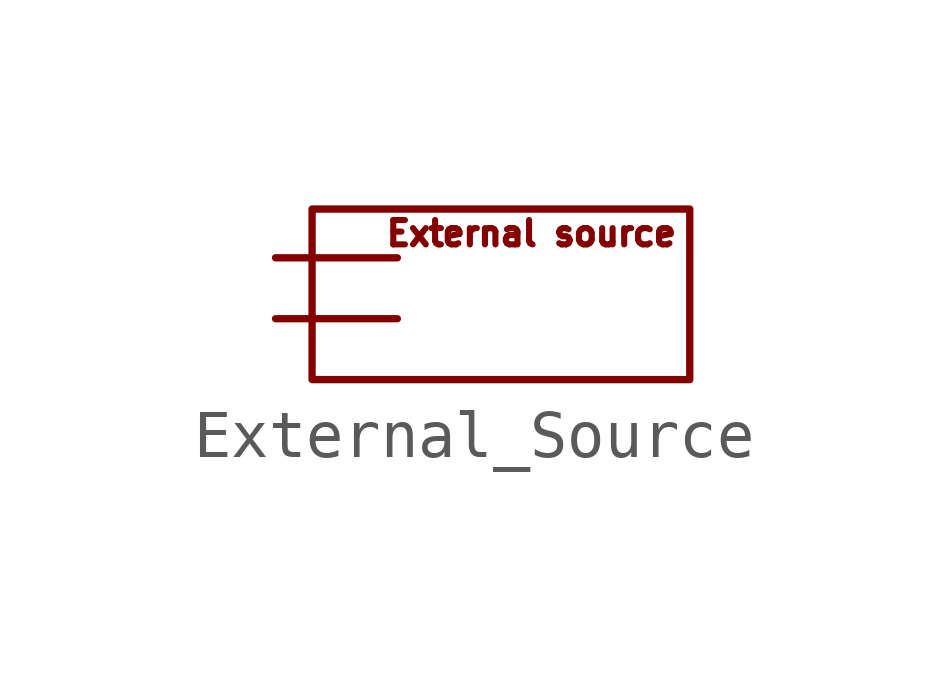
<source format=kicad_sym>
(kicad_symbol_lib
  (version 20231120)
  (generator "kicad_symbol_editor")
  (generator_version "8.0")
  (symbol "External_Source"
    (property "Reference" "U"
      (at 0 0 0)
      (effects (font (size 1.27 1.27)) (hide yes)))
    (property "Value" ""
      (at 0 0 0)
      (effects (font (size 1.27 1.27))))
    (symbol "External_Source_0_1"
      (rectangle (start -0.508 1.016) (end 7.366 -2.54) (stroke (width 0) (type default)) (fill (type none))))
    (symbol "External_Source_1_1"
      (text "External source" (at 4.064 0.508 0) (effects (font (size 0.508 0.508))))
      (pin input line (at -1.27 -1.27 0) (length 2.54) (name "" (effects (font (size 1.27 1.27)))) (number "" (effects (font (size 1.27 1.27)))))
      (pin input line (at -1.27 0 0) (length 2.54) (name "" (effects (font (size 1.27 1.27)))) (number "" (effects (font (size 1.27 1.27))))))))
</source>
